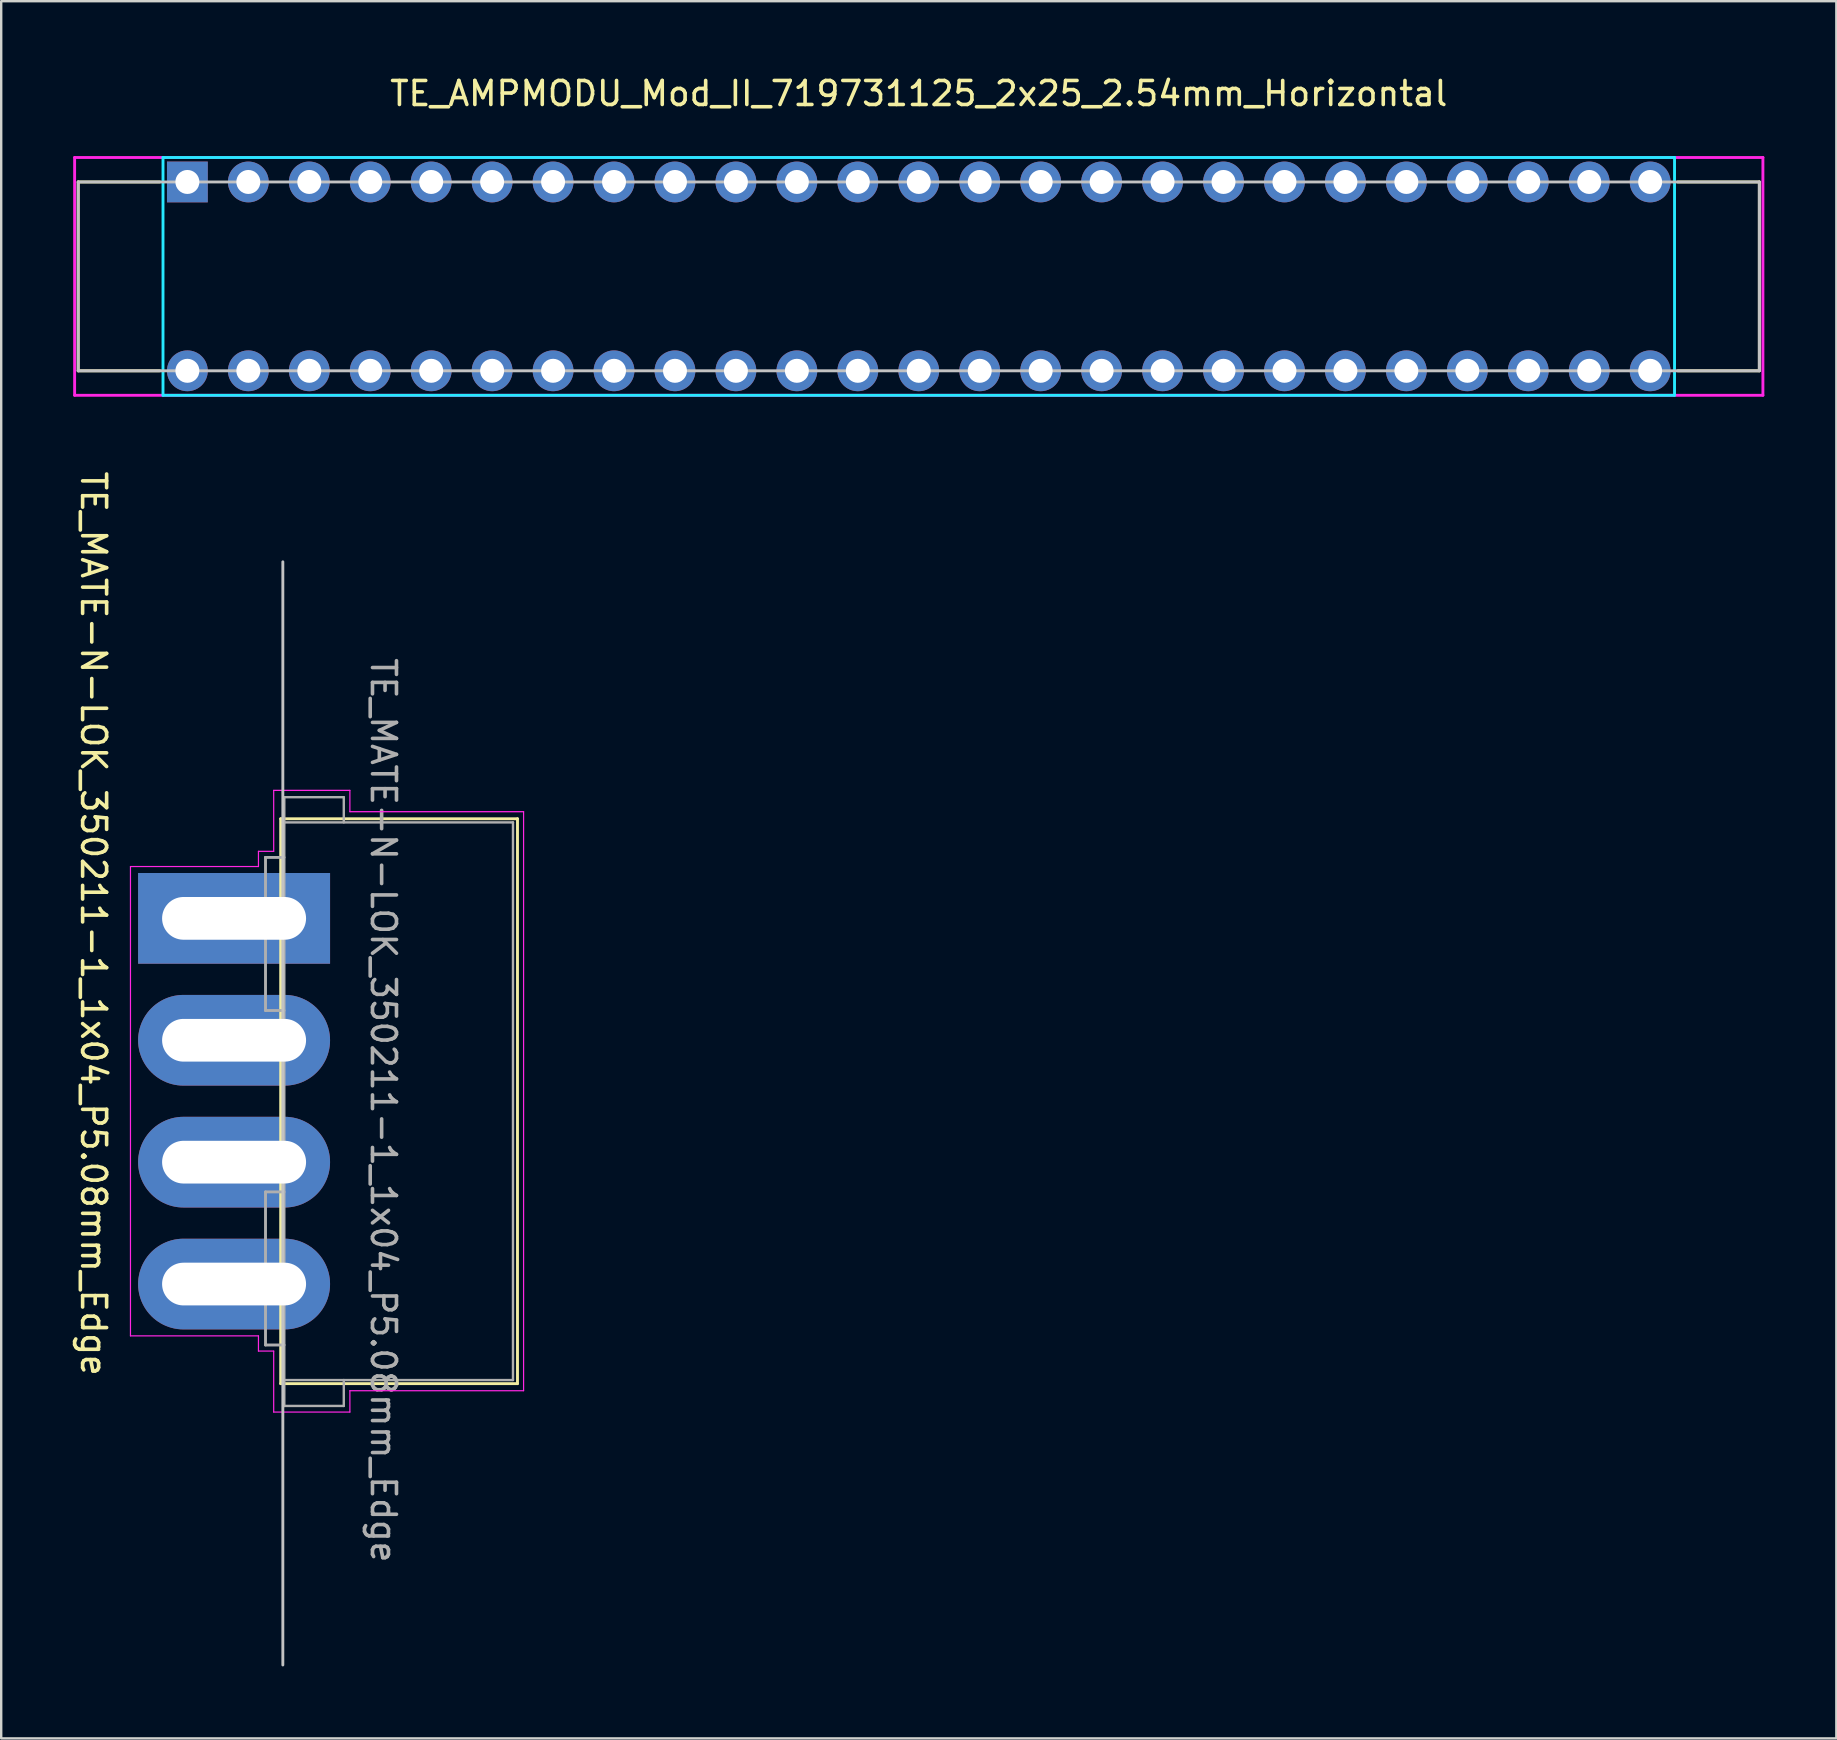
<source format=kicad_pcb>
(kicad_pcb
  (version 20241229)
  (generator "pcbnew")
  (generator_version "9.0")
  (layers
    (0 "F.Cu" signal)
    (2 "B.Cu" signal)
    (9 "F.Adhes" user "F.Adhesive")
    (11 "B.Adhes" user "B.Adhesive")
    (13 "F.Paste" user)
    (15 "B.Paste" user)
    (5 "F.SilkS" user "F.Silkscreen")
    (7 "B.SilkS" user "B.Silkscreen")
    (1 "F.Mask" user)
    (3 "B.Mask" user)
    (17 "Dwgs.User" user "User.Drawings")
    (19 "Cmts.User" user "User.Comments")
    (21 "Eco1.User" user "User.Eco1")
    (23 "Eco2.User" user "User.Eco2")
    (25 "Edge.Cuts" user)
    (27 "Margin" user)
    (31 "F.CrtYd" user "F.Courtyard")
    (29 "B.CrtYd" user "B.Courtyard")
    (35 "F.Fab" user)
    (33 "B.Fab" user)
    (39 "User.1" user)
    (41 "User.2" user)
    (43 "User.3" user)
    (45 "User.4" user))
  (footprint "TE_AMPMODU_Mod_II_719731125_2x25_2.54mm_Horizontal"
    (layer "F.Cu")
    (at 35.239 8.468)
    (property "Reference" "TE_AMPMODU_Mod_II_719731125_2x25_2.54mm_Horizontal" (at 0 -7.62 0) (layer "F.SilkS") (effects (font (size 1 1) (thickness 0.15))))
    (attr through_hole)
    (fp_line (start -35.03 -3.935) (end -31.63 -3.935) (stroke (width 0.12) (type solid)) (layer "F.SilkS"))
    (fp_line (start -35.03 3.935) (end -35.03 -3.935) (stroke (width 0.12) (type solid)) (layer "F.SilkS"))
    (fp_line (start -35.03 3.935) (end -31.63 3.935) (stroke (width 0.12) (type solid)) (layer "F.SilkS"))
    (fp_line (start 35.03 -3.935) (end 31.63 -3.935) (stroke (width 0.12) (type solid)) (layer "F.SilkS"))
    (fp_line (start 35.03 3.935) (end 31.63 3.935) (stroke (width 0.12) (type solid)) (layer "F.SilkS"))
    (fp_line (start 35.03 3.935) (end 35.03 -3.935) (stroke (width 0.12) (type solid)) (layer "F.SilkS"))
    (fp_line (start -35.03 -3.935) (end 35.03 -3.935) (stroke (width 0.12) (type solid)) (layer "Dwgs.User"))
    (fp_line (start -35.03 3.935) (end -35.03 -3.935) (stroke (width 0.12) (type solid)) (layer "Dwgs.User"))
    (fp_line (start -35.03 3.935) (end 35.03 3.935) (stroke (width 0.12) (type solid)) (layer "Dwgs.User"))
    (fp_line (start 35.03 -3.935) (end 35.03 3.935) (stroke (width 0.12) (type solid)) (layer "Dwgs.User"))
    (fp_line (start -31.496 4.955) (end -31.496 -4.955) (stroke (width 0.12) (type solid)) (layer "B.CrtYd"))
    (fp_line (start -31.496 4.955) (end 31.496 4.955) (stroke (width 0.12) (type solid)) (layer "B.CrtYd"))
    (fp_line (start 31.496 -4.955) (end -31.496 -4.955) (stroke (width 0.12) (type solid)) (layer "B.CrtYd"))
    (fp_line (start 31.496 -4.955) (end 31.496 4.955) (stroke (width 0.12) (type solid)) (layer "B.CrtYd"))
    (fp_line (start -35.179 4.955) (end -35.179 -4.955) (stroke (width 0.12) (type solid)) (layer "F.CrtYd"))
    (fp_line (start -35.179 4.955) (end 35.179 4.955) (stroke (width 0.12) (type solid)) (layer "F.CrtYd"))
    (fp_line (start 35.179 -4.955) (end -35.179 -4.955) (stroke (width 0.12) (type solid)) (layer "F.CrtYd"))
    (fp_line (start 35.179 4.955) (end 35.179 -4.955) (stroke (width 0.12) (type solid)) (layer "F.CrtYd"))
    (pad "1" thru_hole rect (at -30.48 -3.935) (size 1.7 1.7) (drill 1) (layers "*.Cu" "*.Mask"))
    (pad "2" thru_hole circle (at -30.48 3.935) (size 1.7 1.7) (drill 1) (layers "*.Cu" "*.Mask"))
    (pad "3" thru_hole circle (at -27.94 -3.935) (size 1.7 1.7) (drill 1) (layers "*.Cu" "*.Mask"))
    (pad "4" thru_hole circle (at -27.94 3.935) (size 1.7 1.7) (drill 1) (layers "*.Cu" "*.Mask"))
    (pad "5" thru_hole circle (at -25.4 -3.935) (size 1.7 1.7) (drill 1) (layers "*.Cu" "*.Mask"))
    (pad "6" thru_hole circle (at -25.4 3.935) (size 1.7 1.7) (drill 1) (layers "*.Cu" "*.Mask"))
    (pad "7" thru_hole circle (at -22.86 -3.935) (size 1.7 1.7) (drill 1) (layers "*.Cu" "*.Mask"))
    (pad "8" thru_hole circle (at -22.86 3.935) (size 1.7 1.7) (drill 1) (layers "*.Cu" "*.Mask"))
    (pad "9" thru_hole circle (at -20.32 -3.935) (size 1.7 1.7) (drill 1) (layers "*.Cu" "*.Mask"))
    (pad "10" thru_hole circle (at -20.32 3.935) (size 1.7 1.7) (drill 1) (layers "*.Cu" "*.Mask"))
    (pad "11" thru_hole circle (at -17.78 -3.935) (size 1.7 1.7) (drill 1) (layers "*.Cu" "*.Mask"))
    (pad "12" thru_hole circle (at -17.78 3.935) (size 1.7 1.7) (drill 1) (layers "*.Cu" "*.Mask"))
    (pad "13" thru_hole circle (at -15.24 -3.935) (size 1.7 1.7) (drill 1) (layers "*.Cu" "*.Mask"))
    (pad "14" thru_hole circle (at -15.24 3.935) (size 1.7 1.7) (drill 1) (layers "*.Cu" "*.Mask"))
    (pad "15" thru_hole circle (at -12.7 -3.935) (size 1.7 1.7) (drill 1) (layers "*.Cu" "*.Mask"))
    (pad "16" thru_hole circle (at -12.7 3.935) (size 1.7 1.7) (drill 1) (layers "*.Cu" "*.Mask"))
    (pad "17" thru_hole circle (at -10.16 -3.935) (size 1.7 1.7) (drill 1) (layers "*.Cu" "*.Mask"))
    (pad "18" thru_hole circle (at -10.16 3.935) (size 1.7 1.7) (drill 1) (layers "*.Cu" "*.Mask"))
    (pad "19" thru_hole circle (at -7.62 -3.935) (size 1.7 1.7) (drill 1) (layers "*.Cu" "*.Mask"))
    (pad "20" thru_hole circle (at -7.62 3.935) (size 1.7 1.7) (drill 1) (layers "*.Cu" "*.Mask"))
    (pad "21" thru_hole circle (at -5.08 -3.935) (size 1.7 1.7) (drill 1) (layers "*.Cu" "*.Mask"))
    (pad "22" thru_hole circle (at -5.08 3.935) (size 1.7 1.7) (drill 1) (layers "*.Cu" "*.Mask"))
    (pad "23" thru_hole circle (at -2.54 -3.935) (size 1.7 1.7) (drill 1) (layers "*.Cu" "*.Mask"))
    (pad "24" thru_hole circle (at -2.54 3.935) (size 1.7 1.7) (drill 1) (layers "*.Cu" "*.Mask"))
    (pad "25" thru_hole circle (at 0 -3.935) (size 1.7 1.7) (drill 1) (layers "*.Cu" "*.Mask"))
    (pad "26" thru_hole circle (at 0 3.935) (size 1.7 1.7) (drill 1) (layers "*.Cu" "*.Mask"))
    (pad "27" thru_hole circle (at 2.54 -3.935) (size 1.7 1.7) (drill 1) (layers "*.Cu" "*.Mask"))
    (pad "28" thru_hole circle (at 2.54 3.935) (size 1.7 1.7) (drill 1) (layers "*.Cu" "*.Mask"))
    (pad "29" thru_hole circle (at 5.08 -3.935) (size 1.7 1.7) (drill 1) (layers "*.Cu" "*.Mask"))
    (pad "30" thru_hole circle (at 5.08 3.935) (size 1.7 1.7) (drill 1) (layers "*.Cu" "*.Mask"))
    (pad "31" thru_hole circle (at 7.62 -3.935) (size 1.7 1.7) (drill 1) (layers "*.Cu" "*.Mask"))
    (pad "32" thru_hole circle (at 7.62 3.935) (size 1.7 1.7) (drill 1) (layers "*.Cu" "*.Mask"))
    (pad "33" thru_hole circle (at 10.16 -3.935) (size 1.7 1.7) (drill 1) (layers "*.Cu" "*.Mask"))
    (pad "34" thru_hole circle (at 10.16 3.935) (size 1.7 1.7) (drill 1) (layers "*.Cu" "*.Mask"))
    (pad "35" thru_hole circle (at 12.7 -3.935) (size 1.7 1.7) (drill 1) (layers "*.Cu" "*.Mask"))
    (pad "36" thru_hole circle (at 12.7 3.935) (size 1.7 1.7) (drill 1) (layers "*.Cu" "*.Mask"))
    (pad "37" thru_hole circle (at 15.24 -3.935) (size 1.7 1.7) (drill 1) (layers "*.Cu" "*.Mask"))
    (pad "38" thru_hole circle (at 15.24 3.935) (size 1.7 1.7) (drill 1) (layers "*.Cu" "*.Mask"))
    (pad "39" thru_hole circle (at 17.78 -3.935) (size 1.7 1.7) (drill 1) (layers "*.Cu" "*.Mask"))
    (pad "40" thru_hole circle (at 17.78 3.935) (size 1.7 1.7) (drill 1) (layers "*.Cu" "*.Mask"))
    (pad "41" thru_hole circle (at 20.32 -3.935) (size 1.7 1.7) (drill 1) (layers "*.Cu" "*.Mask"))
    (pad "42" thru_hole circle (at 20.32 3.935) (size 1.7 1.7) (drill 1) (layers "*.Cu" "*.Mask"))
    (pad "43" thru_hole circle (at 22.86 -3.935) (size 1.7 1.7) (drill 1) (layers "*.Cu" "*.Mask"))
    (pad "44" thru_hole circle (at 22.86 3.935) (size 1.7 1.7) (drill 1) (layers "*.Cu" "*.Mask"))
    (pad "45" thru_hole circle (at 25.4 -3.935) (size 1.7 1.7) (drill 1) (layers "*.Cu" "*.Mask"))
    (pad "46" thru_hole circle (at 25.4 3.935) (size 1.7 1.7) (drill 1) (layers "*.Cu" "*.Mask"))
    (pad "47" thru_hole circle (at 27.94 -3.935) (size 1.7 1.7) (drill 1) (layers "*.Cu" "*.Mask"))
    (pad "48" thru_hole circle (at 27.94 3.935) (size 1.7 1.7) (drill 1) (layers "*.Cu" "*.Mask"))
    (pad "49" thru_hole circle (at 30.48 -3.935) (size 1.7 1.7) (drill 1) (layers "*.Cu" "*.Mask"))
    (pad "50" thru_hole circle (at 30.48 3.935) (size 1.7 1.7) (drill 1) (layers "*.Cu" "*.Mask")))
  (footprint "TE_MATE-N-LOK_350211-1_1x04_P5.08mm_Edge"
    (layer "F.Cu")
    (at 8.748 42.842)
    (property "Reference" "TE_MATE-N-LOK_350211-1_1x04_P5.08mm_Edge" (at -7.9 -7.4 270) (unlocked yes) (layer "F.SilkS") (effects (font (size 1 1) (thickness 0.15))))
    (attr through_hole)
    (fp_line (start -0.1 -11.77) (end 9.768 -11.77) (stroke (width 0.12) (type solid)) (layer "F.SilkS"))
    (fp_line (start -0.1 11.77) (end -0.1 -11.77) (stroke (width 0.12) (type solid)) (layer "F.SilkS"))
    (fp_line (start -0.1 11.77) (end 9.768 11.77) (stroke (width 0.12) (type solid)) (layer "F.SilkS"))
    (fp_line (start 9.768 -11.77) (end 9.768 11.77) (stroke (width 0.12) (type solid)) (layer "F.SilkS"))
    (fp_line (start -0.011 23.495) (end -0.011 -22.479) (stroke (width 0.12) (type solid)) (layer "Dwgs.User"))
    (fp_line (start -6.361 9.779) (end -6.361 -9.779) (stroke (width 0.05) (type solid)) (layer "F.CrtYd"))
    (fp_line (start -1.027 -10.414) (end -1.027 -9.779) (stroke (width 0.05) (type solid)) (layer "F.CrtYd"))
    (fp_line (start -1.027 -10.414) (end -0.392 -10.414) (stroke (width 0.05) (type solid)) (layer "F.CrtYd"))
    (fp_line (start -1.027 -9.779) (end -6.361 -9.779) (stroke (width 0.05) (type solid)) (layer "F.CrtYd"))
    (fp_line (start -1.027 9.779) (end -6.361 9.779) (stroke (width 0.05) (type solid)) (layer "F.CrtYd"))
    (fp_line (start -1.027 10.414) (end -1.027 9.779) (stroke (width 0.05) (type solid)) (layer "F.CrtYd"))
    (fp_line (start -0.392 -12.954) (end 2.783 -12.954) (stroke (width 0.05) (type solid)) (layer "F.CrtYd"))
    (fp_line (start -0.392 -10.414) (end -0.392 -12.954) (stroke (width 0.05) (type solid)) (layer "F.CrtYd"))
    (fp_line (start -0.392 10.414) (end -1.027 10.414) (stroke (width 0.05) (type solid)) (layer "F.CrtYd"))
    (fp_line (start -0.392 12.954) (end -0.392 10.414) (stroke (width 0.05) (type solid)) (layer "F.CrtYd"))
    (fp_line (start 2.783 -12.954) (end 2.783 -12.065) (stroke (width 0.05) (type solid)) (layer "F.CrtYd"))
    (fp_line (start 2.783 -12.065) (end 10.022 -12.065) (stroke (width 0.05) (type solid)) (layer "F.CrtYd"))
    (fp_line (start 2.783 12.065) (end 10.022 12.065) (stroke (width 0.05) (type solid)) (layer "F.CrtYd"))
    (fp_line (start 2.783 12.954) (end -0.392 12.954) (stroke (width 0.05) (type solid)) (layer "F.CrtYd"))
    (fp_line (start 2.783 12.954) (end 2.783 12.065) (stroke (width 0.05) (type solid)) (layer "F.CrtYd"))
    (fp_line (start 10.022 -12.065) (end 10.022 12.065) (stroke (width 0.05) (type solid)) (layer "F.CrtYd"))
    (fp_line (start -0.733 -10.16) (end -0.71 -10.16) (stroke (width 0.12) (type solid)) (layer "F.Fab"))
    (fp_line (start -0.733 -3.78) (end -0.733 -10.16) (stroke (width 0.12) (type solid)) (layer "F.Fab"))
    (fp_line (start -0.733 10.16) (end -0.733 3.78) (stroke (width 0.12) (type solid)) (layer "F.Fab"))
    (fp_line (start 0.04 -10.16) (end -0.733 -10.16) (stroke (width 0.12) (type solid)) (layer "F.Fab"))
    (fp_line (start 0.04 -3.78) (end -0.733 -3.78) (stroke (width 0.12) (type solid)) (layer "F.Fab"))
    (fp_line (start 0.04 3.78) (end -0.733 3.78) (stroke (width 0.12) (type solid)) (layer "F.Fab"))
    (fp_line (start 0.04 10.16) (end -0.733 10.16) (stroke (width 0.12) (type solid)) (layer "F.Fab"))
    (fp_line (start 0.05 -12.67) (end 0.05 -11.62) (stroke (width 0.1) (type solid)) (layer "F.Fab"))
    (fp_line (start 0.05 -11.62) (end 9.58 -11.62) (stroke (width 0.1) (type solid)) (layer "F.Fab"))
    (fp_line (start 0.05 11.62) (end 0.05 -11.62) (stroke (width 0.1) (type solid)) (layer "F.Fab"))
    (fp_line (start 0.05 12.7) (end 0.05 11.62) (stroke (width 0.1) (type solid)) (layer "F.Fab"))
    (fp_line (start 2.529 -12.67) (end 0.05 -12.67) (stroke (width 0.1) (type solid)) (layer "F.Fab"))
    (fp_line (start 2.529 -11.62) (end 2.529 -12.67) (stroke (width 0.1) (type solid)) (layer "F.Fab"))
    (fp_line (start 2.529 11.62) (end 2.529 12.7) (stroke (width 0.1) (type solid)) (layer "F.Fab"))
    (fp_line (start 2.529 12.7) (end 0.05 12.7) (stroke (width 0.1) (type solid)) (layer "F.Fab"))
    (fp_line (start 9.58 -11.62) (end 9.58 11.62) (stroke (width 0.1) (type solid)) (layer "F.Fab"))
    (fp_line (start 9.58 11.62) (end 0.05 11.62) (stroke (width 0.1) (type solid)) (layer "F.Fab"))
    (fp_text user "${REFERENCE}" (at 4.18 0.38 270) (unlocked yes) (layer "F.Fab") (effects (font (size 1 1) (thickness 0.15))))
    (pad "1" thru_hole rect (at -2.043 -7.62 90) (size 3.78 8) (drill oval 1.78 6) (layers "*.Cu" "*.Mask"))
    (pad "2" thru_hole oval (at -2.043 -2.54 90) (size 3.78 8) (drill oval 1.78 6) (layers "*.Cu" "*.Mask"))
    (pad "3" thru_hole oval (at -2.043 2.54 90) (size 3.78 8) (drill oval 1.78 6) (layers "*.Cu" "*.Mask"))
    (pad "4" thru_hole oval (at -2.043 7.62 90) (size 3.78 8) (drill oval 1.78 6) (layers "*.Cu" "*.Mask")))
  (gr_rect
    (start -3 -3)
    (end 73.478 69.397)
    (stroke (width 0.1) (type default))
    (fill no)
    (layer "Edge.Cuts")))
</source>
